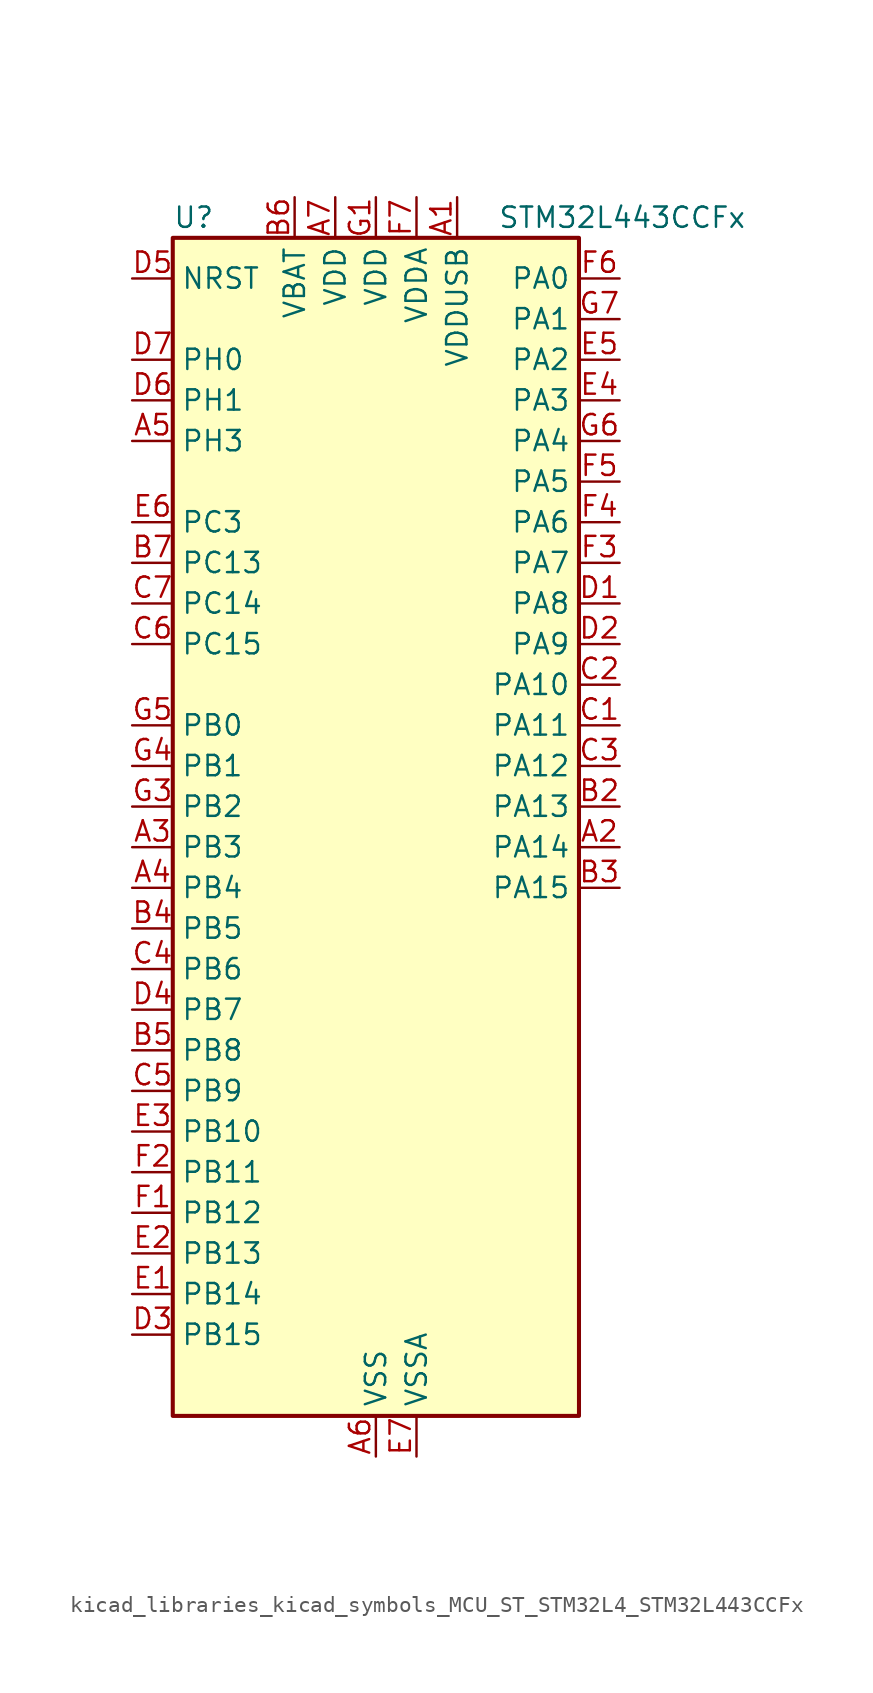
<source format=kicad_sym>
(kicad_symbol_lib
  (version 20220914)
  (generator kicad_symbol_editor)
  (symbol "kicad_libraries_kicad_symbols_MCU_ST_STM32L4_STM32L443CCFx"
    (property "Reference" "U"
      (at -12.7 39.37 0)
      (effects (font (size 1.27 1.27)) (justify left)))
    (property "Value" "STM32L443CCFx"
      (at 7.62 39.37 0)
      (effects (font (size 1.27 1.27)) (justify left)))
    (property "ki_locked" ""
      (at 0 0 0)
      (effects (font (size 1.27 1.27))))
    (symbol "kicad_libraries_kicad_symbols_MCU_ST_STM32L4_STM32L443CCFx_0_1"
      (rectangle (start -12.7 -35.56) (end 12.7 38.1) (stroke (width 0.254) (type default)) (fill (type background))))
    (symbol "kicad_libraries_kicad_symbols_MCU_ST_STM32L4_STM32L443CCFx_1_1"
      (pin power_in line (at 5.08 40.64 270) (length 2.54) (name "VDDUSB" (effects (font (size 1.27 1.27)))) (number "A1" (effects (font (size 1.27 1.27)))))
      (pin bidirectional line (at 15.24 0 180) (length 2.54) (name "PA14" (effects (font (size 1.27 1.27)))) (number "A2" (effects (font (size 1.27 1.27)))) (alternate "I2C1_SMBA" bidirectional line) (alternate "LPTIM1_OUT" bidirectional line) (alternate "SAI1_FS_B" bidirectional line) (alternate "SWPMI1_RX" bidirectional line) (alternate "SYS_JTCK-SWCLK" bidirectional line))
      (pin bidirectional line (at -15.24 0 0) (length 2.54) (name "PB3" (effects (font (size 1.27 1.27)))) (number "A3" (effects (font (size 1.27 1.27)))) (alternate "COMP2_INM" bidirectional line) (alternate "LCD_SEG7" bidirectional line) (alternate "SAI1_SCK_B" bidirectional line) (alternate "SPI1_SCK" bidirectional line) (alternate "SPI3_SCK" bidirectional line) (alternate "SYS_JTDO-SWO" bidirectional line) (alternate "TIM2_CH2" bidirectional line) (alternate "USART1_DE" bidirectional line) (alternate "USART1_RTS" bidirectional line))
      (pin bidirectional line (at -15.24 -2.54 0) (length 2.54) (name "PB4" (effects (font (size 1.27 1.27)))) (number "A4" (effects (font (size 1.27 1.27)))) (alternate "COMP2_INP" bidirectional line) (alternate "I2C3_SDA" bidirectional line) (alternate "LCD_SEG8" bidirectional line) (alternate "SAI1_MCLK_B" bidirectional line) (alternate "SPI1_MISO" bidirectional line) (alternate "SPI3_MISO" bidirectional line) (alternate "SYS_JTRST" bidirectional line) (alternate "TSC_G2_IO1" bidirectional line) (alternate "USART1_CTS" bidirectional line))
      (pin bidirectional line (at -15.24 25.4 0) (length 2.54) (name "PH3" (effects (font (size 1.27 1.27)))) (number "A5" (effects (font (size 1.27 1.27)))))
      (pin power_in line (at 0 -38.1 90) (length 2.54) (name "VSS" (effects (font (size 1.27 1.27)))) (number "A6" (effects (font (size 1.27 1.27)))))
      (pin power_in line (at -2.54 40.64 270) (length 2.54) (name "VDD" (effects (font (size 1.27 1.27)))) (number "A7" (effects (font (size 1.27 1.27)))))
      (pin passive line (at 0 -38.1 90) (length 2.54) hide (name "VSS" (effects (font (size 1.27 1.27)))) (number "B1" (effects (font (size 1.27 1.27)))))
      (pin bidirectional line (at 15.24 2.54 180) (length 2.54) (name "PA13" (effects (font (size 1.27 1.27)))) (number "B2" (effects (font (size 1.27 1.27)))) (alternate "IR_OUT" bidirectional line) (alternate "SAI1_SD_B" bidirectional line) (alternate "SWPMI1_TX" bidirectional line) (alternate "SYS_JTMS-SWDIO" bidirectional line) (alternate "USB_NOE" bidirectional line))
      (pin bidirectional line (at 15.24 -2.54 180) (length 2.54) (name "PA15" (effects (font (size 1.27 1.27)))) (number "B3" (effects (font (size 1.27 1.27)))) (alternate "ADC1_EXTI15" bidirectional line) (alternate "LCD_SEG17" bidirectional line) (alternate "SPI1_NSS" bidirectional line) (alternate "SPI3_NSS" bidirectional line) (alternate "SWPMI1_SUSPEND" bidirectional line) (alternate "SYS_JTDI" bidirectional line) (alternate "TIM2_CH1" bidirectional line) (alternate "TIM2_ETR" bidirectional line) (alternate "USART2_RX" bidirectional line) (alternate "USART3_DE" bidirectional line) (alternate "USART3_RTS" bidirectional line))
      (pin bidirectional line (at -15.24 -5.08 0) (length 2.54) (name "PB5" (effects (font (size 1.27 1.27)))) (number "B4" (effects (font (size 1.27 1.27)))) (alternate "COMP2_OUT" bidirectional line) (alternate "I2C1_SMBA" bidirectional line) (alternate "LCD_SEG9" bidirectional line) (alternate "LPTIM1_IN1" bidirectional line) (alternate "SAI1_SD_B" bidirectional line) (alternate "SPI1_MOSI" bidirectional line) (alternate "SPI3_MOSI" bidirectional line) (alternate "TIM16_BKIN" bidirectional line) (alternate "TSC_G2_IO2" bidirectional line) (alternate "USART1_CK" bidirectional line))
      (pin bidirectional line (at -15.24 -12.7 0) (length 2.54) (name "PB8" (effects (font (size 1.27 1.27)))) (number "B5" (effects (font (size 1.27 1.27)))) (alternate "CAN1_RX" bidirectional line) (alternate "I2C1_SCL" bidirectional line) (alternate "LCD_SEG16" bidirectional line) (alternate "SAI1_MCLK_A" bidirectional line) (alternate "TIM16_CH1" bidirectional line))
      (pin power_in line (at -5.08 40.64 270) (length 2.54) (name "VBAT" (effects (font (size 1.27 1.27)))) (number "B6" (effects (font (size 1.27 1.27)))))
      (pin bidirectional line (at -15.24 17.78 0) (length 2.54) (name "PC13" (effects (font (size 1.27 1.27)))) (number "B7" (effects (font (size 1.27 1.27)))) (alternate "RTC_OUT_ALARM" bidirectional line) (alternate "RTC_OUT_CALIB" bidirectional line) (alternate "RTC_TAMP1" bidirectional line) (alternate "RTC_TS" bidirectional line) (alternate "SYS_WKUP2" bidirectional line))
      (pin bidirectional line (at 15.24 7.62 180) (length 2.54) (name "PA11" (effects (font (size 1.27 1.27)))) (number "C1" (effects (font (size 1.27 1.27)))) (alternate "ADC1_EXTI11" bidirectional line) (alternate "CAN1_RX" bidirectional line) (alternate "COMP1_OUT" bidirectional line) (alternate "SPI1_MISO" bidirectional line) (alternate "TIM1_BKIN2" bidirectional line) (alternate "TIM1_BKIN2_COMP1" bidirectional line) (alternate "TIM1_CH4" bidirectional line) (alternate "USART1_CTS" bidirectional line) (alternate "USB_DM" bidirectional line))
      (pin bidirectional line (at 15.24 10.16 180) (length 2.54) (name "PA10" (effects (font (size 1.27 1.27)))) (number "C2" (effects (font (size 1.27 1.27)))) (alternate "CRS_SYNC" bidirectional line) (alternate "I2C1_SDA" bidirectional line) (alternate "LCD_COM2" bidirectional line) (alternate "SAI1_SD_A" bidirectional line) (alternate "TIM1_CH3" bidirectional line) (alternate "USART1_RX" bidirectional line))
      (pin bidirectional line (at 15.24 5.08 180) (length 2.54) (name "PA12" (effects (font (size 1.27 1.27)))) (number "C3" (effects (font (size 1.27 1.27)))) (alternate "CAN1_TX" bidirectional line) (alternate "SPI1_MOSI" bidirectional line) (alternate "TIM1_ETR" bidirectional line) (alternate "USART1_DE" bidirectional line) (alternate "USART1_RTS" bidirectional line) (alternate "USB_DP" bidirectional line))
      (pin bidirectional line (at -15.24 -7.62 0) (length 2.54) (name "PB6" (effects (font (size 1.27 1.27)))) (number "C4" (effects (font (size 1.27 1.27)))) (alternate "COMP2_INP" bidirectional line) (alternate "I2C1_SCL" bidirectional line) (alternate "LPTIM1_ETR" bidirectional line) (alternate "SAI1_FS_B" bidirectional line) (alternate "TIM16_CH1N" bidirectional line) (alternate "TSC_G2_IO3" bidirectional line) (alternate "USART1_TX" bidirectional line))
      (pin bidirectional line (at -15.24 -15.24 0) (length 2.54) (name "PB9" (effects (font (size 1.27 1.27)))) (number "C5" (effects (font (size 1.27 1.27)))) (alternate "CAN1_TX" bidirectional line) (alternate "DAC1_EXTI9" bidirectional line) (alternate "I2C1_SDA" bidirectional line) (alternate "IR_OUT" bidirectional line) (alternate "LCD_COM3" bidirectional line) (alternate "SAI1_FS_A" bidirectional line) (alternate "SPI2_NSS" bidirectional line))
      (pin bidirectional line (at -15.24 12.7 0) (length 2.54) (name "PC15" (effects (font (size 1.27 1.27)))) (number "C6" (effects (font (size 1.27 1.27)))) (alternate "ADC1_EXTI15" bidirectional line) (alternate "RCC_OSC32_OUT" bidirectional line))
      (pin bidirectional line (at -15.24 15.24 0) (length 2.54) (name "PC14" (effects (font (size 1.27 1.27)))) (number "C7" (effects (font (size 1.27 1.27)))) (alternate "RCC_OSC32_IN" bidirectional line))
      (pin bidirectional line (at 15.24 15.24 180) (length 2.54) (name "PA8" (effects (font (size 1.27 1.27)))) (number "D1" (effects (font (size 1.27 1.27)))) (alternate "LCD_COM0" bidirectional line) (alternate "LPTIM2_OUT" bidirectional line) (alternate "RCC_MCO" bidirectional line) (alternate "SAI1_SCK_A" bidirectional line) (alternate "SWPMI1_IO" bidirectional line) (alternate "TIM1_CH1" bidirectional line) (alternate "USART1_CK" bidirectional line))
      (pin bidirectional line (at 15.24 12.7 180) (length 2.54) (name "PA9" (effects (font (size 1.27 1.27)))) (number "D2" (effects (font (size 1.27 1.27)))) (alternate "DAC1_EXTI9" bidirectional line) (alternate "I2C1_SCL" bidirectional line) (alternate "LCD_COM1" bidirectional line) (alternate "SAI1_FS_A" bidirectional line) (alternate "TIM15_BKIN" bidirectional line) (alternate "TIM1_CH2" bidirectional line) (alternate "USART1_TX" bidirectional line))
      (pin bidirectional line (at -15.24 -30.48 0) (length 2.54) (name "PB15" (effects (font (size 1.27 1.27)))) (number "D3" (effects (font (size 1.27 1.27)))) (alternate "ADC1_EXTI15" bidirectional line) (alternate "LCD_SEG15" bidirectional line) (alternate "RTC_REFIN" bidirectional line) (alternate "SAI1_SD_A" bidirectional line) (alternate "SPI2_MOSI" bidirectional line) (alternate "SWPMI1_SUSPEND" bidirectional line) (alternate "TIM15_CH2" bidirectional line) (alternate "TIM1_CH3N" bidirectional line) (alternate "TSC_G1_IO4" bidirectional line))
      (pin bidirectional line (at -15.24 -10.16 0) (length 2.54) (name "PB7" (effects (font (size 1.27 1.27)))) (number "D4" (effects (font (size 1.27 1.27)))) (alternate "COMP2_INM" bidirectional line) (alternate "I2C1_SDA" bidirectional line) (alternate "LCD_SEG21" bidirectional line) (alternate "LPTIM1_IN2" bidirectional line) (alternate "SYS_PVD_IN" bidirectional line) (alternate "TSC_G2_IO4" bidirectional line) (alternate "USART1_RX" bidirectional line))
      (pin input line (at -15.24 35.56 0) (length 2.54) (name "NRST" (effects (font (size 1.27 1.27)))) (number "D5" (effects (font (size 1.27 1.27)))))
      (pin bidirectional line (at -15.24 27.94 0) (length 2.54) (name "PH1" (effects (font (size 1.27 1.27)))) (number "D6" (effects (font (size 1.27 1.27)))) (alternate "RCC_OSC_OUT" bidirectional line))
      (pin bidirectional line (at -15.24 30.48 0) (length 2.54) (name "PH0" (effects (font (size 1.27 1.27)))) (number "D7" (effects (font (size 1.27 1.27)))) (alternate "RCC_OSC_IN" bidirectional line))
      (pin bidirectional line (at -15.24 -27.94 0) (length 2.54) (name "PB14" (effects (font (size 1.27 1.27)))) (number "E1" (effects (font (size 1.27 1.27)))) (alternate "I2C2_SDA" bidirectional line) (alternate "LCD_SEG14" bidirectional line) (alternate "SAI1_MCLK_A" bidirectional line) (alternate "SPI2_MISO" bidirectional line) (alternate "SWPMI1_RX" bidirectional line) (alternate "TIM15_CH1" bidirectional line) (alternate "TIM1_CH2N" bidirectional line) (alternate "TSC_G1_IO3" bidirectional line) (alternate "USART3_DE" bidirectional line) (alternate "USART3_RTS" bidirectional line))
      (pin bidirectional line (at -15.24 -25.4 0) (length 2.54) (name "PB13" (effects (font (size 1.27 1.27)))) (number "E2" (effects (font (size 1.27 1.27)))) (alternate "I2C2_SCL" bidirectional line) (alternate "LCD_SEG13" bidirectional line) (alternate "LPUART1_CTS" bidirectional line) (alternate "SAI1_SCK_A" bidirectional line) (alternate "SPI2_SCK" bidirectional line) (alternate "SWPMI1_TX" bidirectional line) (alternate "TIM15_CH1N" bidirectional line) (alternate "TIM1_CH1N" bidirectional line) (alternate "TSC_G1_IO2" bidirectional line) (alternate "USART3_CTS" bidirectional line))
      (pin bidirectional line (at -15.24 -17.78 0) (length 2.54) (name "PB10" (effects (font (size 1.27 1.27)))) (number "E3" (effects (font (size 1.27 1.27)))) (alternate "COMP1_OUT" bidirectional line) (alternate "I2C2_SCL" bidirectional line) (alternate "LCD_SEG10" bidirectional line) (alternate "LPUART1_RX" bidirectional line) (alternate "QUADSPI_CLK" bidirectional line) (alternate "SAI1_SCK_A" bidirectional line) (alternate "SPI2_SCK" bidirectional line) (alternate "TIM2_CH3" bidirectional line) (alternate "TSC_SYNC" bidirectional line) (alternate "USART3_TX" bidirectional line))
      (pin bidirectional line (at 15.24 27.94 180) (length 2.54) (name "PA3" (effects (font (size 1.27 1.27)))) (number "E4" (effects (font (size 1.27 1.27)))) (alternate "ADC1_IN8" bidirectional line) (alternate "COMP2_INP" bidirectional line) (alternate "LCD_SEG2" bidirectional line) (alternate "LPUART1_RX" bidirectional line) (alternate "OPAMP1_VOUT" bidirectional line) (alternate "QUADSPI_CLK" bidirectional line) (alternate "SAI1_MCLK_A" bidirectional line) (alternate "TIM15_CH2" bidirectional line) (alternate "TIM2_CH4" bidirectional line) (alternate "USART2_RX" bidirectional line))
      (pin bidirectional line (at 15.24 30.48 180) (length 2.54) (name "PA2" (effects (font (size 1.27 1.27)))) (number "E5" (effects (font (size 1.27 1.27)))) (alternate "ADC1_IN7" bidirectional line) (alternate "COMP2_INM" bidirectional line) (alternate "COMP2_OUT" bidirectional line) (alternate "LCD_SEG1" bidirectional line) (alternate "LPUART1_TX" bidirectional line) (alternate "QUADSPI_BK1_NCS" bidirectional line) (alternate "RCC_LSCO" bidirectional line) (alternate "SYS_WKUP4" bidirectional line) (alternate "TIM15_CH1" bidirectional line) (alternate "TIM2_CH3" bidirectional line) (alternate "USART2_TX" bidirectional line))
      (pin bidirectional line (at -15.24 20.32 0) (length 2.54) (name "PC3" (effects (font (size 1.27 1.27)))) (number "E6" (effects (font (size 1.27 1.27)))) (alternate "ADC1_IN4" bidirectional line) (alternate "LCD_VLCD" bidirectional line) (alternate "LPTIM1_ETR" bidirectional line) (alternate "LPTIM2_ETR" bidirectional line) (alternate "SAI1_SD_A" bidirectional line) (alternate "SPI2_MOSI" bidirectional line))
      (pin power_in line (at 2.54 -38.1 90) (length 2.54) (name "VSSA" (effects (font (size 1.27 1.27)))) (number "E7" (effects (font (size 1.27 1.27)))))
      (pin bidirectional line (at -15.24 -22.86 0) (length 2.54) (name "PB12" (effects (font (size 1.27 1.27)))) (number "F1" (effects (font (size 1.27 1.27)))) (alternate "I2C2_SMBA" bidirectional line) (alternate "LCD_SEG12" bidirectional line) (alternate "LPUART1_DE" bidirectional line) (alternate "LPUART1_RTS" bidirectional line) (alternate "SAI1_FS_A" bidirectional line) (alternate "SPI2_NSS" bidirectional line) (alternate "SWPMI1_IO" bidirectional line) (alternate "TIM15_BKIN" bidirectional line) (alternate "TIM1_BKIN" bidirectional line) (alternate "TIM1_BKIN_COMP2" bidirectional line) (alternate "TSC_G1_IO1" bidirectional line) (alternate "USART3_CK" bidirectional line))
      (pin bidirectional line (at -15.24 -20.32 0) (length 2.54) (name "PB11" (effects (font (size 1.27 1.27)))) (number "F2" (effects (font (size 1.27 1.27)))) (alternate "ADC1_EXTI11" bidirectional line) (alternate "COMP2_OUT" bidirectional line) (alternate "I2C2_SDA" bidirectional line) (alternate "LCD_SEG11" bidirectional line) (alternate "LPUART1_TX" bidirectional line) (alternate "QUADSPI_BK1_NCS" bidirectional line) (alternate "TIM2_CH4" bidirectional line) (alternate "USART3_RX" bidirectional line))
      (pin bidirectional line (at 15.24 17.78 180) (length 2.54) (name "PA7" (effects (font (size 1.27 1.27)))) (number "F3" (effects (font (size 1.27 1.27)))) (alternate "ADC1_IN12" bidirectional line) (alternate "COMP2_OUT" bidirectional line) (alternate "I2C3_SCL" bidirectional line) (alternate "LCD_SEG4" bidirectional line) (alternate "QUADSPI_BK1_IO2" bidirectional line) (alternate "SPI1_MOSI" bidirectional line) (alternate "TIM1_CH1N" bidirectional line))
      (pin bidirectional line (at 15.24 20.32 180) (length 2.54) (name "PA6" (effects (font (size 1.27 1.27)))) (number "F4" (effects (font (size 1.27 1.27)))) (alternate "ADC1_IN11" bidirectional line) (alternate "COMP1_OUT" bidirectional line) (alternate "LCD_SEG3" bidirectional line) (alternate "LPUART1_CTS" bidirectional line) (alternate "QUADSPI_BK1_IO3" bidirectional line) (alternate "SPI1_MISO" bidirectional line) (alternate "TIM16_CH1" bidirectional line) (alternate "TIM1_BKIN" bidirectional line) (alternate "TIM1_BKIN_COMP2" bidirectional line) (alternate "USART3_CTS" bidirectional line))
      (pin bidirectional line (at 15.24 22.86 180) (length 2.54) (name "PA5" (effects (font (size 1.27 1.27)))) (number "F5" (effects (font (size 1.27 1.27)))) (alternate "ADC1_IN10" bidirectional line) (alternate "COMP1_INM" bidirectional line) (alternate "COMP2_INM" bidirectional line) (alternate "DAC1_OUT2" bidirectional line) (alternate "LPTIM2_ETR" bidirectional line) (alternate "SPI1_SCK" bidirectional line) (alternate "TIM2_CH1" bidirectional line) (alternate "TIM2_ETR" bidirectional line))
      (pin bidirectional line (at 15.24 35.56 180) (length 2.54) (name "PA0" (effects (font (size 1.27 1.27)))) (number "F6" (effects (font (size 1.27 1.27)))) (alternate "ADC1_IN5" bidirectional line) (alternate "COMP1_INM" bidirectional line) (alternate "COMP1_OUT" bidirectional line) (alternate "OPAMP1_VINP" bidirectional line) (alternate "RTC_TAMP2" bidirectional line) (alternate "SAI1_EXTCLK" bidirectional line) (alternate "SYS_WKUP1" bidirectional line) (alternate "TIM2_CH1" bidirectional line) (alternate "TIM2_ETR" bidirectional line) (alternate "USART2_CTS" bidirectional line))
      (pin power_in line (at 2.54 40.64 270) (length 2.54) (name "VDDA" (effects (font (size 1.27 1.27)))) (number "F7" (effects (font (size 1.27 1.27)))))
      (pin power_in line (at 0 40.64 270) (length 2.54) (name "VDD" (effects (font (size 1.27 1.27)))) (number "G1" (effects (font (size 1.27 1.27)))))
      (pin passive line (at 0 -38.1 90) (length 2.54) hide (name "VSS" (effects (font (size 1.27 1.27)))) (number "G2" (effects (font (size 1.27 1.27)))))
      (pin bidirectional line (at -15.24 2.54 0) (length 2.54) (name "PB2" (effects (font (size 1.27 1.27)))) (number "G3" (effects (font (size 1.27 1.27)))) (alternate "COMP1_INP" bidirectional line) (alternate "I2C3_SMBA" bidirectional line) (alternate "LCD_VLCD" bidirectional line) (alternate "LPTIM1_OUT" bidirectional line) (alternate "RTC_OUT_ALARM" bidirectional line) (alternate "RTC_OUT_CALIB" bidirectional line))
      (pin bidirectional line (at -15.24 5.08 0) (length 2.54) (name "PB1" (effects (font (size 1.27 1.27)))) (number "G4" (effects (font (size 1.27 1.27)))) (alternate "ADC1_IN16" bidirectional line) (alternate "COMP1_INM" bidirectional line) (alternate "LCD_SEG6" bidirectional line) (alternate "LPTIM2_IN1" bidirectional line) (alternate "LPUART1_DE" bidirectional line) (alternate "LPUART1_RTS" bidirectional line) (alternate "QUADSPI_BK1_IO0" bidirectional line) (alternate "TIM1_CH3N" bidirectional line) (alternate "USART3_DE" bidirectional line) (alternate "USART3_RTS" bidirectional line))
      (pin bidirectional line (at -15.24 7.62 0) (length 2.54) (name "PB0" (effects (font (size 1.27 1.27)))) (number "G5" (effects (font (size 1.27 1.27)))) (alternate "ADC1_IN15" bidirectional line) (alternate "COMP1_OUT" bidirectional line) (alternate "LCD_SEG5" bidirectional line) (alternate "QUADSPI_BK1_IO1" bidirectional line) (alternate "SAI1_EXTCLK" bidirectional line) (alternate "SPI1_NSS" bidirectional line) (alternate "TIM1_CH2N" bidirectional line) (alternate "USART3_CK" bidirectional line))
      (pin bidirectional line (at 15.24 25.4 180) (length 2.54) (name "PA4" (effects (font (size 1.27 1.27)))) (number "G6" (effects (font (size 1.27 1.27)))) (alternate "ADC1_IN9" bidirectional line) (alternate "COMP1_INM" bidirectional line) (alternate "COMP2_INM" bidirectional line) (alternate "DAC1_OUT1" bidirectional line) (alternate "LPTIM2_OUT" bidirectional line) (alternate "SAI1_FS_B" bidirectional line) (alternate "SPI1_NSS" bidirectional line) (alternate "SPI3_NSS" bidirectional line) (alternate "USART2_CK" bidirectional line))
      (pin bidirectional line (at 15.24 33.02 180) (length 2.54) (name "PA1" (effects (font (size 1.27 1.27)))) (number "G7" (effects (font (size 1.27 1.27)))) (alternate "ADC1_IN6" bidirectional line) (alternate "COMP1_INP" bidirectional line) (alternate "I2C1_SMBA" bidirectional line) (alternate "LCD_SEG0" bidirectional line) (alternate "OPAMP1_VINM" bidirectional line) (alternate "SPI1_SCK" bidirectional line) (alternate "TIM15_CH1N" bidirectional line) (alternate "TIM2_CH2" bidirectional line) (alternate "USART2_DE" bidirectional line) (alternate "USART2_RTS" bidirectional line)))))
</source>
